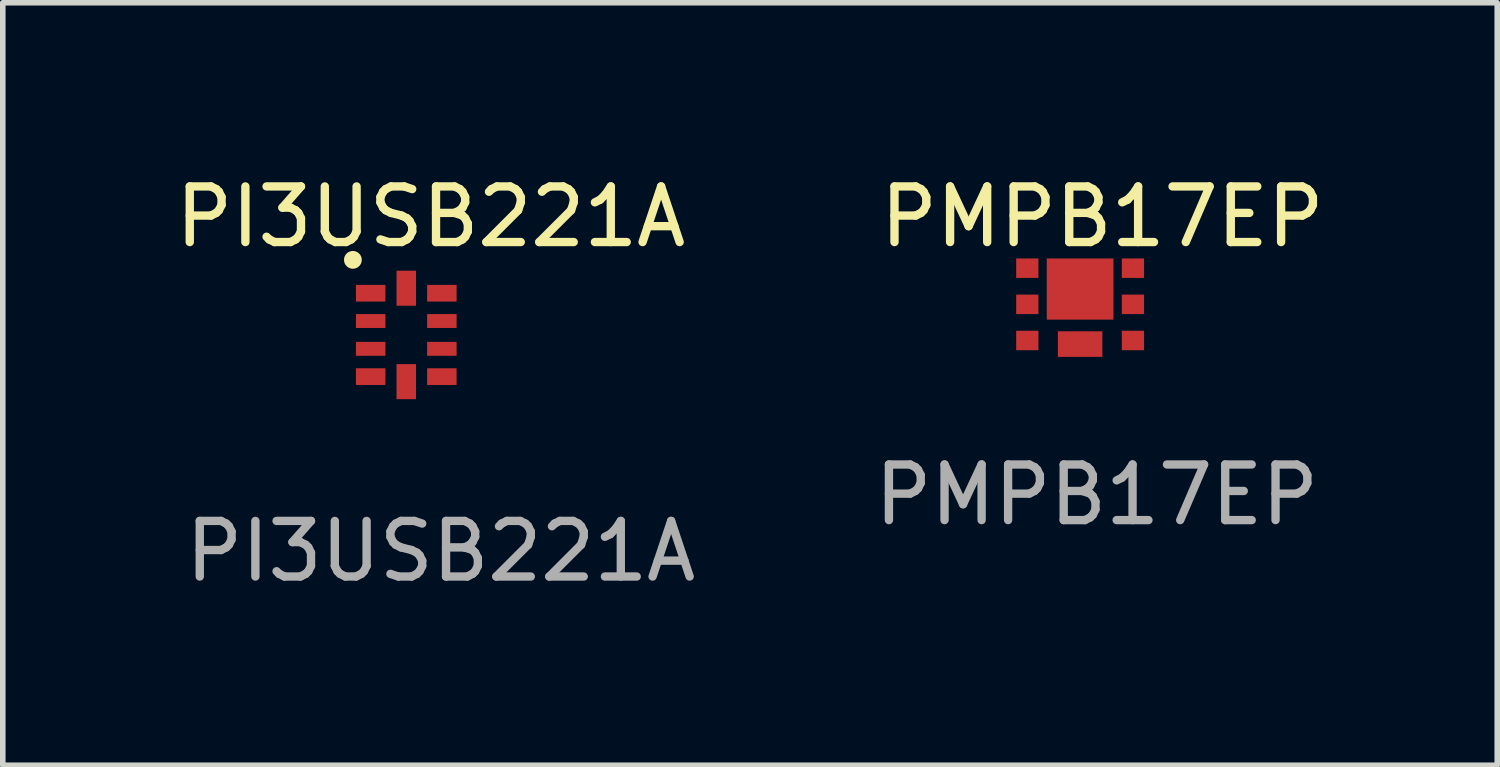
<source format=kicad_pcb>
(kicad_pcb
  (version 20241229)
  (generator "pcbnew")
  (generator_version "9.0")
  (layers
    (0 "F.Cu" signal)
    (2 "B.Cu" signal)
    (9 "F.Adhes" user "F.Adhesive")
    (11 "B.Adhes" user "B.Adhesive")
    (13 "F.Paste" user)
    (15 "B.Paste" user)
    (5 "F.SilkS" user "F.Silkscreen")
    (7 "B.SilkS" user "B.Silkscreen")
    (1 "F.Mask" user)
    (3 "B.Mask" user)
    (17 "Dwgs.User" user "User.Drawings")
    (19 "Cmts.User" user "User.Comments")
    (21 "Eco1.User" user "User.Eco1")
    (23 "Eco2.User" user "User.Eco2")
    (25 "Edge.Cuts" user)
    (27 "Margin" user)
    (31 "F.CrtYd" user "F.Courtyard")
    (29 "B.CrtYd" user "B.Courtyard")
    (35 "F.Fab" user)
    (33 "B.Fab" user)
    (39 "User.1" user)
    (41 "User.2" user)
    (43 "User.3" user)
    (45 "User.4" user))
  (footprint "PMPB17EP"
    (layer "F.Cu")
    (at 16.374 2.148)
    (property "Reference" "PMPB17EP" (at 0.4 -1.3 0) (unlocked yes) (layer "F.SilkS") (effects (font (size 1 1) (thickness 0.15))))
    (attr smd)
    (fp_text user "${REFERENCE}" (at 0.3 3.7 0) (unlocked yes) (layer "F.Fab") (effects (font (size 1 1) (thickness 0.15))))
    (pad "1" smd rect (at -0.95 -0.375) (size 0.4 0.35) (layers "F.Cu" "F.Mask" "F.Paste"))
    (pad "2" smd rect (at -0.95 0.275) (size 0.4 0.35) (layers "F.Cu" "F.Mask" "F.Paste"))
    (pad "3" smd rect (at -0.95 0.925) (size 0.4 0.35) (layers "F.Cu" "F.Mask" "F.Paste"))
    (pad "4" smd rect (at 0.95 0.925) (size 0.4 0.35) (layers "F.Cu" "F.Mask" "F.Paste"))
    (pad "5" smd rect (at 0.95 0.275) (size 0.4 0.35) (layers "F.Cu" "F.Mask" "F.Paste"))
    (pad "6" smd rect (at 0.95 -0.375) (size 0.4 0.35) (layers "F.Cu" "F.Mask" "F.Paste"))
    (pad "7" smd rect (at 0 0) (size 1.2 1.1) (layers "F.Cu" "F.Mask" "F.Paste"))
    (pad "8" smd rect (at 0 0.99) (size 0.8 0.46) (layers "F.Cu" "F.Mask" "F.Paste")))
  (footprint "PI3USB221A"
    (layer "F.Cu")
    (at 4.266 2.973)
    (property "Reference" "PI3USB221A" (at 0.43 -2.125 0) (unlocked yes) (layer "F.SilkS") (effects (font (size 1 1) (thickness 0.15))))
    (attr smd)
    (fp_circle (center -0.97 -1.35) (end -0.87 -1.35) (stroke (width 0.12) (type solid)) (fill yes) (layer "F.SilkS"))
    (fp_line (start -1.25 -1.375) (end 1.25 -1.375) (stroke (width 0.12) (type solid)) (layer "Margin"))
    (fp_line (start -1.25 1.375) (end -1.25 -1.375) (stroke (width 0.12) (type solid)) (layer "Margin"))
    (fp_line (start 1.25 -1.375) (end 1.25 1.125) (stroke (width 0.12) (type solid)) (layer "Margin"))
    (fp_line (start 1.25 1.125) (end 1.25 1.375) (stroke (width 0.12) (type solid)) (layer "Margin"))
    (fp_line (start 1.25 1.375) (end -1.25 1.375) (stroke (width 0.12) (type solid)) (layer "Margin"))
    (fp_text user "${REFERENCE}" (at 0.61 3.89 0) (unlocked yes) (layer "F.Fab") (effects (font (size 1 1) (thickness 0.15))))
    (pad "1" smd rect (at -0.65 -0.75) (size 0.53 0.3) (layers "F.Cu" "F.Mask" "F.Paste"))
    (pad "2" smd rect (at -0.65 -0.25) (size 0.53 0.25) (layers "F.Cu" "F.Mask" "F.Paste"))
    (pad "3" smd rect (at -0.65 0.25) (size 0.53 0.25) (layers "F.Cu" "F.Mask" "F.Paste"))
    (pad "4" smd rect (at -0.65 0.75) (size 0.53 0.3) (layers "F.Cu" "F.Mask" "F.Paste"))
    (pad "5" smd rect (at -0.01 0.84) (size 0.35 0.63) (layers "F.Cu" "F.Mask" "F.Paste"))
    (pad "6" smd rect (at 0.63 0.75) (size 0.53 0.3) (layers "F.Cu" "F.Mask" "F.Paste"))
    (pad "7" smd rect (at 0.63 0.25) (size 0.53 0.25) (layers "F.Cu" "F.Mask" "F.Paste"))
    (pad "8" smd rect (at 0.63 -0.25) (size 0.53 0.25) (layers "F.Cu" "F.Mask" "F.Paste"))
    (pad "9" smd rect (at 0.63 -0.75) (size 0.53 0.3) (layers "F.Cu" "F.Mask" "F.Paste"))
    (pad "10" smd rect (at -0.01 -0.84) (size 0.35 0.63) (layers "F.Cu" "F.Mask" "F.Paste")))
  (gr_rect
    (start -3 -3)
    (end 23.875 10.711)
    (stroke (width 0.1) (type default))
    (fill no)
    (layer "Edge.Cuts")))
</source>
